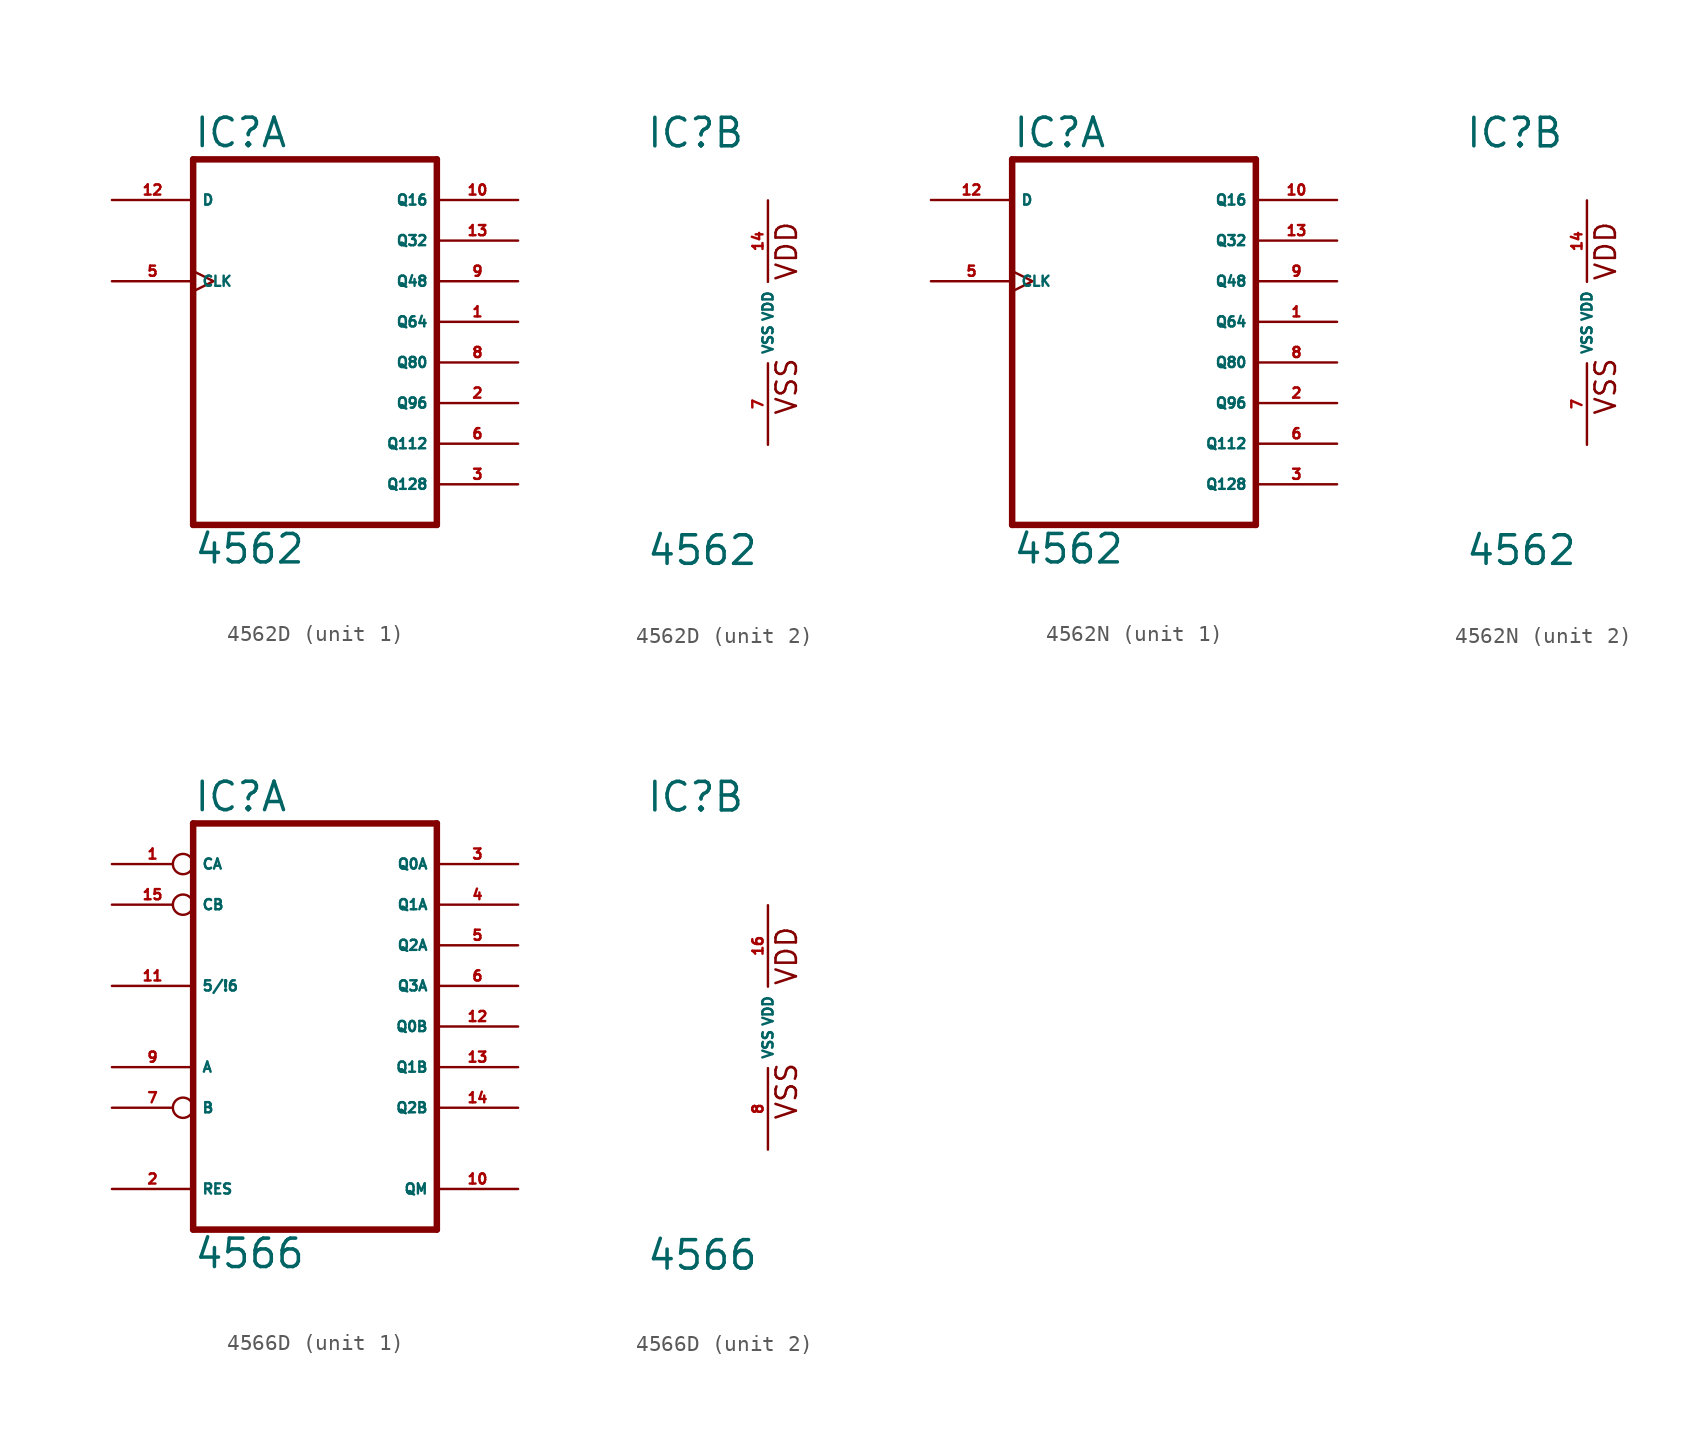
<source format=kicad_sym>
(kicad_symbol_lib
  (version 20220914)
  (generator Eagle2Kicad)
  (symbol "4562D"
    (property "Reference" "IC"
      (at -7.62 10.795 0)
      (effects (font (size 1.778 1.778) (thickness 0.22)) (justify left bottom)))
    (property "Value" "4562"
      (at -7.62 -15.24 0)
      (effects (font (size 1.778 1.778) (thickness 0.22)) (justify left bottom)))
    (symbol "4562D_1_0"
      (polyline (pts (xy -7.62 -12.7) (xy 7.62 -12.7)) (stroke (width 0.406) (type default)) (fill (type none)))
      (polyline (pts (xy 7.62 -12.7) (xy 7.62 10.16)) (stroke (width 0.406) (type default)) (fill (type none)))
      (polyline (pts (xy 7.62 10.16) (xy -7.62 10.16)) (stroke (width 0.406) (type default)) (fill (type none)))
      (polyline (pts (xy -7.62 10.16) (xy -7.62 -12.7)) (stroke (width 0.406) (type default)) (fill (type none)))
      (pin output line (at 12.7 0 180) (length 5.08) (name "Q64" (effects (font (size 0.635 0.635) (thickness 0.08)) (justify left bottom))) (number "1" (effects (font (size 0.635 0.635) (thickness 0.08)) (justify left bottom))))
      (pin output line (at 12.7 -5.08 180) (length 5.08) (name "Q96" (effects (font (size 0.635 0.635) (thickness 0.08)) (justify left bottom))) (number "2" (effects (font (size 0.635 0.635) (thickness 0.08)) (justify left bottom))))
      (pin output line (at 12.7 -10.16 180) (length 5.08) (name "Q128" (effects (font (size 0.635 0.635) (thickness 0.08)) (justify left bottom))) (number "3" (effects (font (size 0.635 0.635) (thickness 0.08)) (justify left bottom))))
      (pin input clock (at -12.7 2.54 0) (length 5.08) (name "CLK" (effects (font (size 0.635 0.635) (thickness 0.08)) (justify left bottom))) (number "5" (effects (font (size 0.635 0.635) (thickness 0.08)) (justify left bottom))))
      (pin output line (at 12.7 -7.62 180) (length 5.08) (name "Q112" (effects (font (size 0.635 0.635) (thickness 0.08)) (justify left bottom))) (number "6" (effects (font (size 0.635 0.635) (thickness 0.08)) (justify left bottom))))
      (pin output line (at 12.7 -2.54 180) (length 5.08) (name "Q80" (effects (font (size 0.635 0.635) (thickness 0.08)) (justify left bottom))) (number "8" (effects (font (size 0.635 0.635) (thickness 0.08)) (justify left bottom))))
      (pin output line (at 12.7 2.54 180) (length 5.08) (name "Q48" (effects (font (size 0.635 0.635) (thickness 0.08)) (justify left bottom))) (number "9" (effects (font (size 0.635 0.635) (thickness 0.08)) (justify left bottom))))
      (pin output line (at 12.7 7.62 180) (length 5.08) (name "Q16" (effects (font (size 0.635 0.635) (thickness 0.08)) (justify left bottom))) (number "10" (effects (font (size 0.635 0.635) (thickness 0.08)) (justify left bottom))))
      (pin input line (at -12.7 7.62 0) (length 5.08) (name "D" (effects (font (size 0.635 0.635) (thickness 0.08)) (justify left bottom))) (number "12" (effects (font (size 0.635 0.635) (thickness 0.08)) (justify left bottom))))
      (pin output line (at 12.7 5.08 180) (length 5.08) (name "Q32" (effects (font (size 0.635 0.635) (thickness 0.08)) (justify left bottom))) (number "13" (effects (font (size 0.635 0.635) (thickness 0.08)) (justify left bottom)))))
    (symbol "4562D_2_0"
      (text "VDD" (at 1.905 2.54 900) (effects (font (size 1.27 1.27) (thickness 0.16)) (justify left bottom)))
      (text "VSS" (at 1.905 -5.842 900) (effects (font (size 1.27 1.27) (thickness 0.16)) (justify left bottom)))
      (pin unspecified line (at 0 -7.62 90) (length 5.08) (name "VSS" (effects (font (size 0.635 0.635) (thickness 0.08)) (justify left bottom))) (number "7" (effects (font (size 0.635 0.635) (thickness 0.08)) (justify left bottom))))
      (pin unspecified line (at 0 7.62 270) (length 5.08) (name "VDD" (effects (font (size 0.635 0.635) (thickness 0.08)) (justify left bottom))) (number "14" (effects (font (size 0.635 0.635) (thickness 0.08)) (justify left bottom))))))
  (symbol "4562N"
    (property "Reference" "IC"
      (at -7.62 10.795 0)
      (effects (font (size 1.778 1.778) (thickness 0.22)) (justify left bottom)))
    (property "Value" "4562"
      (at -7.62 -15.24 0)
      (effects (font (size 1.778 1.778) (thickness 0.22)) (justify left bottom)))
    (symbol "4562N_1_0"
      (polyline (pts (xy -7.62 -12.7) (xy 7.62 -12.7)) (stroke (width 0.406) (type default)) (fill (type none)))
      (polyline (pts (xy 7.62 -12.7) (xy 7.62 10.16)) (stroke (width 0.406) (type default)) (fill (type none)))
      (polyline (pts (xy 7.62 10.16) (xy -7.62 10.16)) (stroke (width 0.406) (type default)) (fill (type none)))
      (polyline (pts (xy -7.62 10.16) (xy -7.62 -12.7)) (stroke (width 0.406) (type default)) (fill (type none)))
      (pin output line (at 12.7 0 180) (length 5.08) (name "Q64" (effects (font (size 0.635 0.635) (thickness 0.08)) (justify left bottom))) (number "1" (effects (font (size 0.635 0.635) (thickness 0.08)) (justify left bottom))))
      (pin output line (at 12.7 -5.08 180) (length 5.08) (name "Q96" (effects (font (size 0.635 0.635) (thickness 0.08)) (justify left bottom))) (number "2" (effects (font (size 0.635 0.635) (thickness 0.08)) (justify left bottom))))
      (pin output line (at 12.7 -10.16 180) (length 5.08) (name "Q128" (effects (font (size 0.635 0.635) (thickness 0.08)) (justify left bottom))) (number "3" (effects (font (size 0.635 0.635) (thickness 0.08)) (justify left bottom))))
      (pin input clock (at -12.7 2.54 0) (length 5.08) (name "CLK" (effects (font (size 0.635 0.635) (thickness 0.08)) (justify left bottom))) (number "5" (effects (font (size 0.635 0.635) (thickness 0.08)) (justify left bottom))))
      (pin output line (at 12.7 -7.62 180) (length 5.08) (name "Q112" (effects (font (size 0.635 0.635) (thickness 0.08)) (justify left bottom))) (number "6" (effects (font (size 0.635 0.635) (thickness 0.08)) (justify left bottom))))
      (pin output line (at 12.7 -2.54 180) (length 5.08) (name "Q80" (effects (font (size 0.635 0.635) (thickness 0.08)) (justify left bottom))) (number "8" (effects (font (size 0.635 0.635) (thickness 0.08)) (justify left bottom))))
      (pin output line (at 12.7 2.54 180) (length 5.08) (name "Q48" (effects (font (size 0.635 0.635) (thickness 0.08)) (justify left bottom))) (number "9" (effects (font (size 0.635 0.635) (thickness 0.08)) (justify left bottom))))
      (pin output line (at 12.7 7.62 180) (length 5.08) (name "Q16" (effects (font (size 0.635 0.635) (thickness 0.08)) (justify left bottom))) (number "10" (effects (font (size 0.635 0.635) (thickness 0.08)) (justify left bottom))))
      (pin input line (at -12.7 7.62 0) (length 5.08) (name "D" (effects (font (size 0.635 0.635) (thickness 0.08)) (justify left bottom))) (number "12" (effects (font (size 0.635 0.635) (thickness 0.08)) (justify left bottom))))
      (pin output line (at 12.7 5.08 180) (length 5.08) (name "Q32" (effects (font (size 0.635 0.635) (thickness 0.08)) (justify left bottom))) (number "13" (effects (font (size 0.635 0.635) (thickness 0.08)) (justify left bottom)))))
    (symbol "4562N_2_0"
      (text "VDD" (at 1.905 2.54 900) (effects (font (size 1.27 1.27) (thickness 0.16)) (justify left bottom)))
      (text "VSS" (at 1.905 -5.842 900) (effects (font (size 1.27 1.27) (thickness 0.16)) (justify left bottom)))
      (pin unspecified line (at 0 -7.62 90) (length 5.08) (name "VSS" (effects (font (size 0.635 0.635) (thickness 0.08)) (justify left bottom))) (number "7" (effects (font (size 0.635 0.635) (thickness 0.08)) (justify left bottom))))
      (pin unspecified line (at 0 7.62 270) (length 5.08) (name "VDD" (effects (font (size 0.635 0.635) (thickness 0.08)) (justify left bottom))) (number "14" (effects (font (size 0.635 0.635) (thickness 0.08)) (justify left bottom))))))
  (symbol "4566D"
    (property "Reference" "IC"
      (at -7.62 13.335 0)
      (effects (font (size 1.778 1.778) (thickness 0.22)) (justify left bottom)))
    (property "Value" "4566"
      (at -7.62 -15.24 0)
      (effects (font (size 1.778 1.778) (thickness 0.22)) (justify left bottom)))
    (symbol "4566D_1_0"
      (polyline (pts (xy -7.62 -12.7) (xy 7.62 -12.7)) (stroke (width 0.406) (type default)) (fill (type none)))
      (polyline (pts (xy 7.62 -12.7) (xy 7.62 12.7)) (stroke (width 0.406) (type default)) (fill (type none)))
      (polyline (pts (xy 7.62 12.7) (xy -7.62 12.7)) (stroke (width 0.406) (type default)) (fill (type none)))
      (polyline (pts (xy -7.62 12.7) (xy -7.62 -12.7)) (stroke (width 0.406) (type default)) (fill (type none)))
      (pin input inverted (at -12.7 10.16 0) (length 5.08) (name "CA" (effects (font (size 0.635 0.635) (thickness 0.08)) (justify left bottom))) (number "1" (effects (font (size 0.635 0.635) (thickness 0.08)) (justify left bottom))))
      (pin input line (at -12.7 -10.16 0) (length 5.08) (name "RES" (effects (font (size 0.635 0.635) (thickness 0.08)) (justify left bottom))) (number "2" (effects (font (size 0.635 0.635) (thickness 0.08)) (justify left bottom))))
      (pin output line (at 12.7 10.16 180) (length 5.08) (name "Q0A" (effects (font (size 0.635 0.635) (thickness 0.08)) (justify left bottom))) (number "3" (effects (font (size 0.635 0.635) (thickness 0.08)) (justify left bottom))))
      (pin output line (at 12.7 7.62 180) (length 5.08) (name "Q1A" (effects (font (size 0.635 0.635) (thickness 0.08)) (justify left bottom))) (number "4" (effects (font (size 0.635 0.635) (thickness 0.08)) (justify left bottom))))
      (pin output line (at 12.7 5.08 180) (length 5.08) (name "Q2A" (effects (font (size 0.635 0.635) (thickness 0.08)) (justify left bottom))) (number "5" (effects (font (size 0.635 0.635) (thickness 0.08)) (justify left bottom))))
      (pin output line (at 12.7 2.54 180) (length 5.08) (name "Q3A" (effects (font (size 0.635 0.635) (thickness 0.08)) (justify left bottom))) (number "6" (effects (font (size 0.635 0.635) (thickness 0.08)) (justify left bottom))))
      (pin input inverted (at -12.7 -5.08 0) (length 5.08) (name "B" (effects (font (size 0.635 0.635) (thickness 0.08)) (justify left bottom))) (number "7" (effects (font (size 0.635 0.635) (thickness 0.08)) (justify left bottom))))
      (pin input line (at -12.7 -2.54 0) (length 5.08) (name "A" (effects (font (size 0.635 0.635) (thickness 0.08)) (justify left bottom))) (number "9" (effects (font (size 0.635 0.635) (thickness 0.08)) (justify left bottom))))
      (pin output line (at 12.7 -10.16 180) (length 5.08) (name "QM" (effects (font (size 0.635 0.635) (thickness 0.08)) (justify left bottom))) (number "10" (effects (font (size 0.635 0.635) (thickness 0.08)) (justify left bottom))))
      (pin input line (at -12.7 2.54 0) (length 5.08) (name "5/!6" (effects (font (size 0.635 0.635) (thickness 0.08)) (justify left bottom))) (number "11" (effects (font (size 0.635 0.635) (thickness 0.08)) (justify left bottom))))
      (pin output line (at 12.7 0 180) (length 5.08) (name "Q0B" (effects (font (size 0.635 0.635) (thickness 0.08)) (justify left bottom))) (number "12" (effects (font (size 0.635 0.635) (thickness 0.08)) (justify left bottom))))
      (pin output line (at 12.7 -2.54 180) (length 5.08) (name "Q1B" (effects (font (size 0.635 0.635) (thickness 0.08)) (justify left bottom))) (number "13" (effects (font (size 0.635 0.635) (thickness 0.08)) (justify left bottom))))
      (pin output line (at 12.7 -5.08 180) (length 5.08) (name "Q2B" (effects (font (size 0.635 0.635) (thickness 0.08)) (justify left bottom))) (number "14" (effects (font (size 0.635 0.635) (thickness 0.08)) (justify left bottom))))
      (pin input inverted (at -12.7 7.62 0) (length 5.08) (name "CB" (effects (font (size 0.635 0.635) (thickness 0.08)) (justify left bottom))) (number "15" (effects (font (size 0.635 0.635) (thickness 0.08)) (justify left bottom)))))
    (symbol "4566D_2_0"
      (text "VDD" (at 1.905 2.54 900) (effects (font (size 1.27 1.27) (thickness 0.16)) (justify left bottom)))
      (text "VSS" (at 1.905 -5.842 900) (effects (font (size 1.27 1.27) (thickness 0.16)) (justify left bottom)))
      (pin unspecified line (at 0 -7.62 90) (length 5.08) (name "VSS" (effects (font (size 0.635 0.635) (thickness 0.08)) (justify left bottom))) (number "8" (effects (font (size 0.635 0.635) (thickness 0.08)) (justify left bottom))))
      (pin unspecified line (at 0 7.62 270) (length 5.08) (name "VDD" (effects (font (size 0.635 0.635) (thickness 0.08)) (justify left bottom))) (number "16" (effects (font (size 0.635 0.635) (thickness 0.08)) (justify left bottom)))))))
</source>
